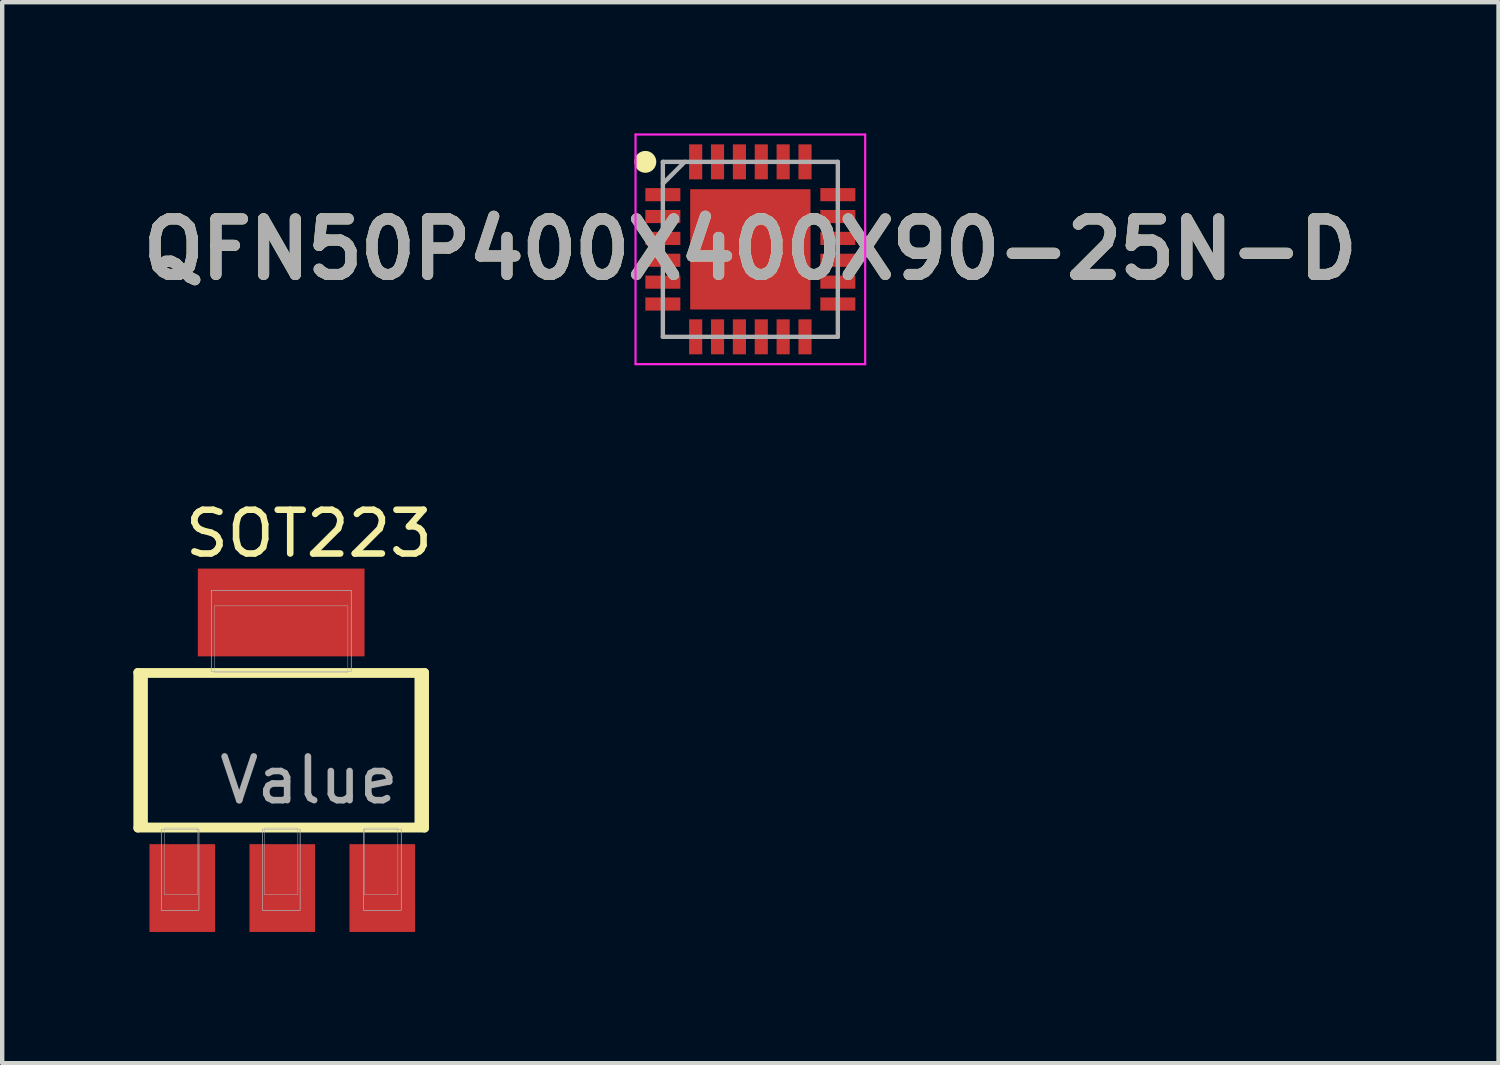
<source format=kicad_pcb>
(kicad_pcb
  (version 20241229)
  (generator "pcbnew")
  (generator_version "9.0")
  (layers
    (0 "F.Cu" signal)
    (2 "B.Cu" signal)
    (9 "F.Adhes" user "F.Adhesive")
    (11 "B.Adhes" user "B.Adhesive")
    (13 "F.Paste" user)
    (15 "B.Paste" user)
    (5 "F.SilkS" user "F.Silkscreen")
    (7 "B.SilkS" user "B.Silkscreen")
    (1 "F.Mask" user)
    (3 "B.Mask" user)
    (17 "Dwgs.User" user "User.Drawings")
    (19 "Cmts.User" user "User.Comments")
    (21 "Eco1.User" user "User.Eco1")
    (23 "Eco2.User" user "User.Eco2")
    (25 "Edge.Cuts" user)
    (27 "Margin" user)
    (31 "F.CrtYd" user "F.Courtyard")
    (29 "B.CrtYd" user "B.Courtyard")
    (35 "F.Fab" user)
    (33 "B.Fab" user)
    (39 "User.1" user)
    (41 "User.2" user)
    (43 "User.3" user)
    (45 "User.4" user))
  (footprint "QFN50P400X400X90-25N-D"
    (layer "F.Cu")
    (at 14.103 2.65)
    (property "Reference" "QFN50P400X400X90-25N-D" (at 0 0 0) (layer "F.SilkS") (effects (font (size 1.27 1.27) (thickness 0.254))))
    (attr smd)
    (fp_circle (center -2.4 -2) (end -2.4 -1.875) (stroke (width 0.25) (type solid)) (fill no) (layer "F.SilkS"))
    (fp_line (start -2.625 -2.625) (end 2.625 -2.625) (stroke (width 0.05) (type solid)) (layer "F.CrtYd"))
    (fp_line (start -2.625 2.625) (end -2.625 -2.625) (stroke (width 0.05) (type solid)) (layer "F.CrtYd"))
    (fp_line (start 2.625 -2.625) (end 2.625 2.625) (stroke (width 0.05) (type solid)) (layer "F.CrtYd"))
    (fp_line (start 2.625 2.625) (end -2.625 2.625) (stroke (width 0.05) (type solid)) (layer "F.CrtYd"))
    (fp_line (start -2 -2) (end 2 -2) (stroke (width 0.1) (type solid)) (layer "F.Fab"))
    (fp_line (start -2 -1.5) (end -1.5 -2) (stroke (width 0.1) (type solid)) (layer "F.Fab"))
    (fp_line (start -2 2) (end -2 -2) (stroke (width 0.1) (type solid)) (layer "F.Fab"))
    (fp_line (start 2 -2) (end 2 2) (stroke (width 0.1) (type solid)) (layer "F.Fab"))
    (fp_line (start 2 2) (end -2 2) (stroke (width 0.1) (type solid)) (layer "F.Fab"))
    (fp_text user "${REFERENCE}" (at 0 0 0) (layer "F.Fab") (effects (font (size 1.27 1.27) (thickness 0.254))))
    (pad "1" smd rect (at -2 -1.25 90) (size 0.3 0.8) (layers "F.Cu" "F.Mask" "F.Paste"))
    (pad "2" smd rect (at -2 -0.75 90) (size 0.3 0.8) (layers "F.Cu" "F.Mask" "F.Paste"))
    (pad "3" smd rect (at -2 -0.25 90) (size 0.3 0.8) (layers "F.Cu" "F.Mask" "F.Paste"))
    (pad "4" smd rect (at -2 0.25 90) (size 0.3 0.8) (layers "F.Cu" "F.Mask" "F.Paste"))
    (pad "5" smd rect (at -2 0.75 90) (size 0.3 0.8) (layers "F.Cu" "F.Mask" "F.Paste"))
    (pad "6" smd rect (at -2 1.25 90) (size 0.3 0.8) (layers "F.Cu" "F.Mask" "F.Paste"))
    (pad "7" smd rect (at -1.25 2) (size 0.3 0.8) (layers "F.Cu" "F.Mask" "F.Paste"))
    (pad "8" smd rect (at -0.75 2) (size 0.3 0.8) (layers "F.Cu" "F.Mask" "F.Paste"))
    (pad "9" smd rect (at -0.25 2) (size 0.3 0.8) (layers "F.Cu" "F.Mask" "F.Paste"))
    (pad "10" smd rect (at 0.25 2) (size 0.3 0.8) (layers "F.Cu" "F.Mask" "F.Paste"))
    (pad "11" smd rect (at 0.75 2) (size 0.3 0.8) (layers "F.Cu" "F.Mask" "F.Paste"))
    (pad "12" smd rect (at 1.25 2) (size 0.3 0.8) (layers "F.Cu" "F.Mask" "F.Paste"))
    (pad "13" smd rect (at 2 1.25 90) (size 0.3 0.8) (layers "F.Cu" "F.Mask" "F.Paste"))
    (pad "14" smd rect (at 2 0.75 90) (size 0.3 0.8) (layers "F.Cu" "F.Mask" "F.Paste"))
    (pad "15" smd rect (at 2 0.25 90) (size 0.3 0.8) (layers "F.Cu" "F.Mask" "F.Paste"))
    (pad "16" smd rect (at 2 -0.25 90) (size 0.3 0.8) (layers "F.Cu" "F.Mask" "F.Paste"))
    (pad "17" smd rect (at 2 -0.75 90) (size 0.3 0.8) (layers "F.Cu" "F.Mask" "F.Paste"))
    (pad "18" smd rect (at 2 -1.25 90) (size 0.3 0.8) (layers "F.Cu" "F.Mask" "F.Paste"))
    (pad "19" smd rect (at 1.25 -2) (size 0.3 0.8) (layers "F.Cu" "F.Mask" "F.Paste"))
    (pad "20" smd rect (at 0.75 -2) (size 0.3 0.8) (layers "F.Cu" "F.Mask" "F.Paste"))
    (pad "21" smd rect (at 0.25 -2) (size 0.3 0.8) (layers "F.Cu" "F.Mask" "F.Paste"))
    (pad "22" smd rect (at -0.25 -2) (size 0.3 0.8) (layers "F.Cu" "F.Mask" "F.Paste"))
    (pad "23" smd rect (at -0.75 -2) (size 0.3 0.8) (layers "F.Cu" "F.Mask" "F.Paste"))
    (pad "24" smd rect (at -1.25 -2) (size 0.3 0.8) (layers "F.Cu" "F.Mask" "F.Paste"))
    (pad "25" smd rect (at 0 0) (size 2.75 2.75) (layers "F.Cu" "F.Mask" "F.Paste")))
  (footprint "SOT223"
    (layer "F.Cu")
    (at 3.378 14.101)
    (property "Reference" "SOT223" (at 0.635 -4.953 0) (layer "F.SilkS") (effects (font (size 1 1) (thickness 0.15))))
    (attr smd)
    (fp_line (start -3.277 -1.778) (end 3.277 -1.778) (stroke (width 0.203) (type solid)) (layer "F.SilkS"))
    (fp_line (start -3.277 1.778) (end -3.277 -1.778) (stroke (width 0.203) (type solid)) (layer "F.SilkS"))
    (fp_line (start -3.124 -1.731) (end -3.124 1.729) (stroke (width 0.152) (type solid)) (layer "F.SilkS"))
    (fp_line (start -3.124 -1.731) (end 3.124 -1.731) (stroke (width 0.152) (type solid)) (layer "F.SilkS"))
    (fp_line (start 3.124 1.729) (end -3.124 1.729) (stroke (width 0.152) (type solid)) (layer "F.SilkS"))
    (fp_line (start 3.124 1.729) (end 3.124 -1.731) (stroke (width 0.152) (type solid)) (layer "F.SilkS"))
    (fp_line (start 3.277 -1.778) (end 3.277 1.778) (stroke (width 0.203) (type solid)) (layer "F.SilkS"))
    (fp_line (start 3.277 1.778) (end -3.277 1.778) (stroke (width 0.203) (type solid)) (layer "F.SilkS"))
    (fp_poly (pts (xy -2.743 1.803) (xy -1.88 1.803) (xy -1.88 3.658) (xy -2.743 3.658)) (stroke (width 0.01) (type solid)) (fill no) (layer "F.Fab"))
    (fp_poly (pts (xy -2.743 1.803) (xy -1.88 1.803) (xy -1.88 3.658) (xy -2.743 3.658)) (stroke (width 0.01) (type solid)) (fill no) (layer "F.Fab"))
    (fp_poly (pts (xy -2.667 1.778) (xy -1.905 1.778) (xy -1.905 3.302) (xy -2.667 3.302)) (stroke (width 0.01) (type solid)) (fill no) (layer "F.Fab"))
    (fp_poly (pts (xy -1.6 -3.658) (xy 1.6 -3.658) (xy 1.6 -1.803) (xy -1.6 -1.803)) (stroke (width 0.01) (type solid)) (fill no) (layer "F.Fab"))
    (fp_poly (pts (xy -1.6 -3.658) (xy 1.6 -3.658) (xy 1.6 -1.803) (xy -1.6 -1.803)) (stroke (width 0.01) (type solid)) (fill no) (layer "F.Fab"))
    (fp_poly (pts (xy -1.524 -3.302) (xy 1.524 -3.302) (xy 1.524 -1.778) (xy -1.524 -1.778)) (stroke (width 0.01) (type solid)) (fill no) (layer "F.Fab"))
    (fp_poly (pts (xy -0.432 1.803) (xy 0.432 1.803) (xy 0.432 3.658) (xy -0.432 3.658)) (stroke (width 0.01) (type solid)) (fill no) (layer "F.Fab"))
    (fp_poly (pts (xy -0.432 1.803) (xy 0.432 1.803) (xy 0.432 3.658) (xy -0.432 3.658)) (stroke (width 0.01) (type solid)) (fill no) (layer "F.Fab"))
    (fp_poly (pts (xy -0.381 1.778) (xy 0.381 1.778) (xy 0.381 3.302) (xy -0.381 3.302)) (stroke (width 0.01) (type solid)) (fill no) (layer "F.Fab"))
    (fp_poly (pts (xy 1.88 1.803) (xy 2.743 1.803) (xy 2.743 3.658) (xy 1.88 3.658)) (stroke (width 0.01) (type solid)) (fill no) (layer "F.Fab"))
    (fp_poly (pts (xy 1.88 1.803) (xy 2.743 1.803) (xy 2.743 3.658) (xy 1.88 3.658)) (stroke (width 0.01) (type solid)) (fill no) (layer "F.Fab"))
    (fp_poly (pts (xy 1.905 1.778) (xy 2.667 1.778) (xy 2.667 3.302) (xy 1.905 3.302)) (stroke (width 0.01) (type solid)) (fill no) (layer "F.Fab"))
    (fp_text user "Value" (at 0.635 0.686 0) (layer "F.Fab") (effects (font (size 1 1) (thickness 0.15))))
    (pad "1" smd rect (at -2.261 3.15) (size 1.499 2.007) (layers "F.Cu" "F.Mask" "F.Paste"))
    (pad "2" smd rect (at 0.025 3.15) (size 1.499 2.007) (layers "F.Cu" "F.Mask" "F.Paste"))
    (pad "3" smd rect (at 2.311 3.15) (size 1.499 2.007) (layers "F.Cu" "F.Mask" "F.Paste"))
    (pad "4" smd rect (at 0 -3.15) (size 3.81 2.007) (layers "F.Cu" "F.Mask" "F.Paste")))
  (gr_rect
    (start -3 -3)
    (end 31.206 21.254)
    (stroke (width 0.1) (type default))
    (fill no)
    (layer "Edge.Cuts")))
</source>
